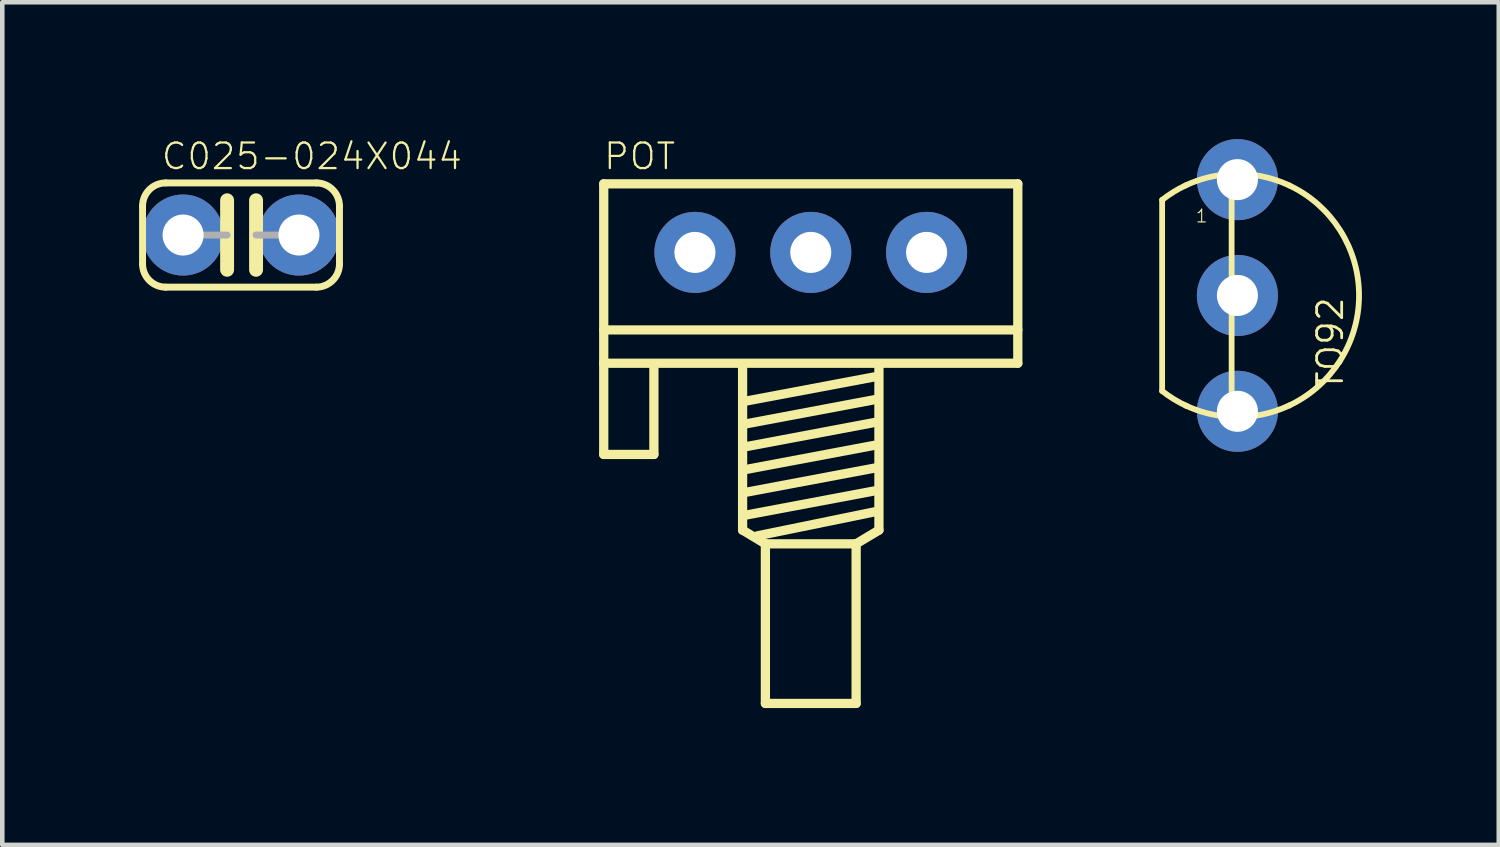
<source format=kicad_pcb>
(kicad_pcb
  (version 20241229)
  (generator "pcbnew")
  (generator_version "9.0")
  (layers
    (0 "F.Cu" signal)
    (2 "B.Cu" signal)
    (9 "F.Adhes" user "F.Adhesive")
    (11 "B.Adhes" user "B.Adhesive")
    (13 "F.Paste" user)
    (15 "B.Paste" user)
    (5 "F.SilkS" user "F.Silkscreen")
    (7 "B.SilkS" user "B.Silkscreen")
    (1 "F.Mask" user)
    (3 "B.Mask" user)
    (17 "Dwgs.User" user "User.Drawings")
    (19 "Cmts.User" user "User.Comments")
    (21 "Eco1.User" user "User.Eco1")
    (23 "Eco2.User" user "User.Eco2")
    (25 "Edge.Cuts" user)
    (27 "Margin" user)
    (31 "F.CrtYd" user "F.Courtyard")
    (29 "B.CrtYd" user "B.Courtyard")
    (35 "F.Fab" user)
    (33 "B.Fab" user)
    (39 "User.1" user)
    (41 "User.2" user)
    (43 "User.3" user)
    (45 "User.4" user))
  (footprint "TO92"
    (layer "F.Cu")
    (at 24.085 3.429)
    (property "Reference" "TO92" (at 1.714 0 90) (layer "F.SilkS") (effects (font (size 0.549 0.549) (thickness 0.061)) (justify right top)))
    (fp_line (start -1.651 -2.095) (end -1.651 2.095) (stroke (width 0.127) (type solid)) (layer "F.SilkS"))
    (fp_line (start -0.127 2.664) (end -0.127 -2.664) (stroke (width 0.127) (type solid)) (layer "F.SilkS"))
    (fp_arc (start -1.651 -2.095) (mid -1.40252 -2.268918) (end -1.1359 -2.4135) (stroke (width 0.127) (type solid)) (layer "F.SilkS"))
    (fp_arc (start -1.1359 -2.413) (mid -0.643799 -2.588137) (end -0.127 -2.664) (stroke (width 0.127) (type solid)) (layer "F.SilkS"))
    (fp_arc (start -1.1118 2.4247) (mid -1.391201 2.275878) (end -1.651 2.095) (stroke (width 0.127) (type solid)) (layer "F.SilkS"))
    (fp_arc (start -0.127 -2.664) (mid 0.519825 -2.615858) (end 1.1359 -2.413) (stroke (width 0.127) (type solid)) (layer "F.SilkS"))
    (fp_arc (start -0.127 2.664) (mid -0.643799 2.588137) (end -1.1359 2.413) (stroke (width 0.127) (type solid)) (layer "F.SilkS"))
    (fp_arc (start 1.1359 -2.413) (mid 2.666986 -0.000001) (end 1.135901 2.412999) (stroke (width 0.127) (type solid)) (layer "F.SilkS"))
    (fp_arc (start 1.1359 2.413) (mid 0.519825 2.615858) (end -0.127 2.664) (stroke (width 0.127) (type solid)) (layer "F.SilkS"))
    (fp_text user "1" (at -0.635 -1.905 0) (layer "F.SilkS") (effects (font (size 0.28 0.28) (thickness 0.024)) (justify right top)))
    (pad "1" thru_hole circle (at 0 -2.54 270) (size 1.778 1.778) (drill 0.9) (layers "*.Cu" "*.Mask"))
    (pad "2" thru_hole circle (at 0 0 270) (size 1.778 1.778) (drill 0.9) (layers "*.Cu" "*.Mask"))
    (pad "3" thru_hole circle (at 0 2.54 270) (size 1.778 1.778) (drill 0.9) (layers "*.Cu" "*.Mask")))
  (footprint "C025-024X044"
    (layer "F.Cu")
    (at 2.235 2.104)
    (property "Reference" "C025-024X044" (at -1.778 -1.397 0) (layer "F.SilkS") (effects (font (size 0.561 0.561) (thickness 0.049)) (justify left bottom)))
    (fp_line (start -2.159 0.635) (end -2.159 -0.635) (stroke (width 0.152) (type solid)) (layer "F.SilkS"))
    (fp_line (start -0.305 -0.762) (end -0.305 0.762) (stroke (width 0.305) (type solid)) (layer "F.SilkS"))
    (fp_line (start 0.33 -0.762) (end 0.33 0.762) (stroke (width 0.305) (type solid)) (layer "F.SilkS"))
    (fp_line (start 1.651 -1.143) (end -1.651 -1.143) (stroke (width 0.152) (type solid)) (layer "F.SilkS"))
    (fp_line (start 1.651 1.143) (end -1.651 1.143) (stroke (width 0.152) (type solid)) (layer "F.SilkS"))
    (fp_line (start 2.159 0.635) (end 2.159 -0.635) (stroke (width 0.152) (type solid)) (layer "F.SilkS"))
    (fp_arc (start -2.159 -0.635) (mid -2.01021 -0.99421) (end -1.651 -1.143) (stroke (width 0.1524) (type solid)) (layer "F.SilkS"))
    (fp_arc (start -1.651 1.143) (mid -2.01021 0.99421) (end -2.159 0.635) (stroke (width 0.1524) (type solid)) (layer "F.SilkS"))
    (fp_arc (start 1.651 -1.143) (mid 2.01021 -0.99421) (end 2.159 -0.635) (stroke (width 0.1524) (type solid)) (layer "F.SilkS"))
    (fp_arc (start 2.159 0.635) (mid 2.01021 0.99421) (end 1.651 1.143) (stroke (width 0.1524) (type solid)) (layer "F.SilkS"))
    (fp_line (start -1.27 0) (end -0.305 0) (stroke (width 0.152) (type solid)) (layer "F.Fab"))
    (fp_line (start 1.27 0) (end 0.33 0) (stroke (width 0.152) (type solid)) (layer "F.Fab"))
    (pad "1" thru_hole circle (at -1.27 0) (size 1.778 1.778) (drill 0.9) (layers "*.Cu" "*.Mask"))
    (pad "2" thru_hole circle (at 1.27 0) (size 1.778 1.778) (drill 0.9) (layers "*.Cu" "*.Mask")))
  (footprint "POT"
    (layer "F.Cu")
    (at 14.729 2.485)
    (property "Reference" "POT" (at -4.572 -1.778 0) (layer "F.SilkS") (effects (font (size 0.561 0.561) (thickness 0.049)) (justify left bottom)))
    (fp_line (start -4.54 -1.504) (end 4.54 -1.504) (stroke (width 0.203) (type solid)) (layer "F.SilkS"))
    (fp_line (start -4.54 1.7) (end 4.54 1.7) (stroke (width 0.203) (type solid)) (layer "F.SilkS"))
    (fp_line (start -4.54 2.43) (end -4.54 -1.504) (stroke (width 0.203) (type solid)) (layer "F.SilkS"))
    (fp_line (start -4.54 2.43) (end -4.54 4.43) (stroke (width 0.203) (type solid)) (layer "F.SilkS"))
    (fp_line (start -4.54 2.43) (end 4.54 2.43) (stroke (width 0.203) (type solid)) (layer "F.SilkS"))
    (fp_line (start -4.54 4.43) (end -3.44 4.43) (stroke (width 0.203) (type solid)) (layer "F.SilkS"))
    (fp_line (start -3.44 4.43) (end -3.44 2.53) (stroke (width 0.203) (type solid)) (layer "F.SilkS"))
    (fp_line (start -1.495 2.53) (end -1.495 6.09) (stroke (width 0.203) (type solid)) (layer "F.SilkS"))
    (fp_line (start -1.495 6.09) (end -0.995 6.39) (stroke (width 0.203) (type solid)) (layer "F.SilkS"))
    (fp_line (start -1.395 3.255) (end 1.395 2.73) (stroke (width 0.203) (type solid)) (layer "F.SilkS"))
    (fp_line (start -1.395 3.755) (end 1.395 3.23) (stroke (width 0.203) (type solid)) (layer "F.SilkS"))
    (fp_line (start -1.395 4.255) (end 1.395 3.73) (stroke (width 0.203) (type solid)) (layer "F.SilkS"))
    (fp_line (start -1.395 4.755) (end 1.395 4.23) (stroke (width 0.203) (type solid)) (layer "F.SilkS"))
    (fp_line (start -1.395 5.255) (end 1.395 4.73) (stroke (width 0.203) (type solid)) (layer "F.SilkS"))
    (fp_line (start -1.395 5.755) (end 1.395 5.23) (stroke (width 0.203) (type solid)) (layer "F.SilkS"))
    (fp_line (start -1.17 6.215) (end 1.395 5.69) (stroke (width 0.203) (type solid)) (layer "F.SilkS"))
    (fp_line (start -0.995 6.39) (end -0.995 9.89) (stroke (width 0.203) (type solid)) (layer "F.SilkS"))
    (fp_line (start -0.995 6.39) (end 0.995 6.39) (stroke (width 0.203) (type solid)) (layer "F.SilkS"))
    (fp_line (start -0.995 9.89) (end 0.995 9.89) (stroke (width 0.203) (type solid)) (layer "F.SilkS"))
    (fp_line (start 0.995 6.39) (end 1.495 6.09) (stroke (width 0.203) (type solid)) (layer "F.SilkS"))
    (fp_line (start 0.995 9.89) (end 0.995 6.39) (stroke (width 0.203) (type solid)) (layer "F.SilkS"))
    (fp_line (start 1.495 6.09) (end 1.495 2.53) (stroke (width 0.203) (type solid)) (layer "F.SilkS"))
    (fp_line (start 4.54 2.43) (end 4.54 -1.504) (stroke (width 0.203) (type solid)) (layer "F.SilkS"))
    (pad "A" thru_hole circle (at -2.54 0) (size 1.778 1.778) (drill 0.9) (layers "*.Cu" "*.Mask"))
    (pad "E" thru_hole circle (at 2.54 0) (size 1.778 1.778) (drill 0.9) (layers "*.Cu" "*.Mask"))
    (pad "S" thru_hole circle (at 0 0) (size 1.778 1.778) (drill 0.9) (layers "*.Cu" "*.Mask")))
  (gr_rect
    (start -3 -3)
    (end 29.816 15.477)
    (stroke (width 0.1) (type default))
    (fill no)
    (layer "Edge.Cuts")))
</source>
